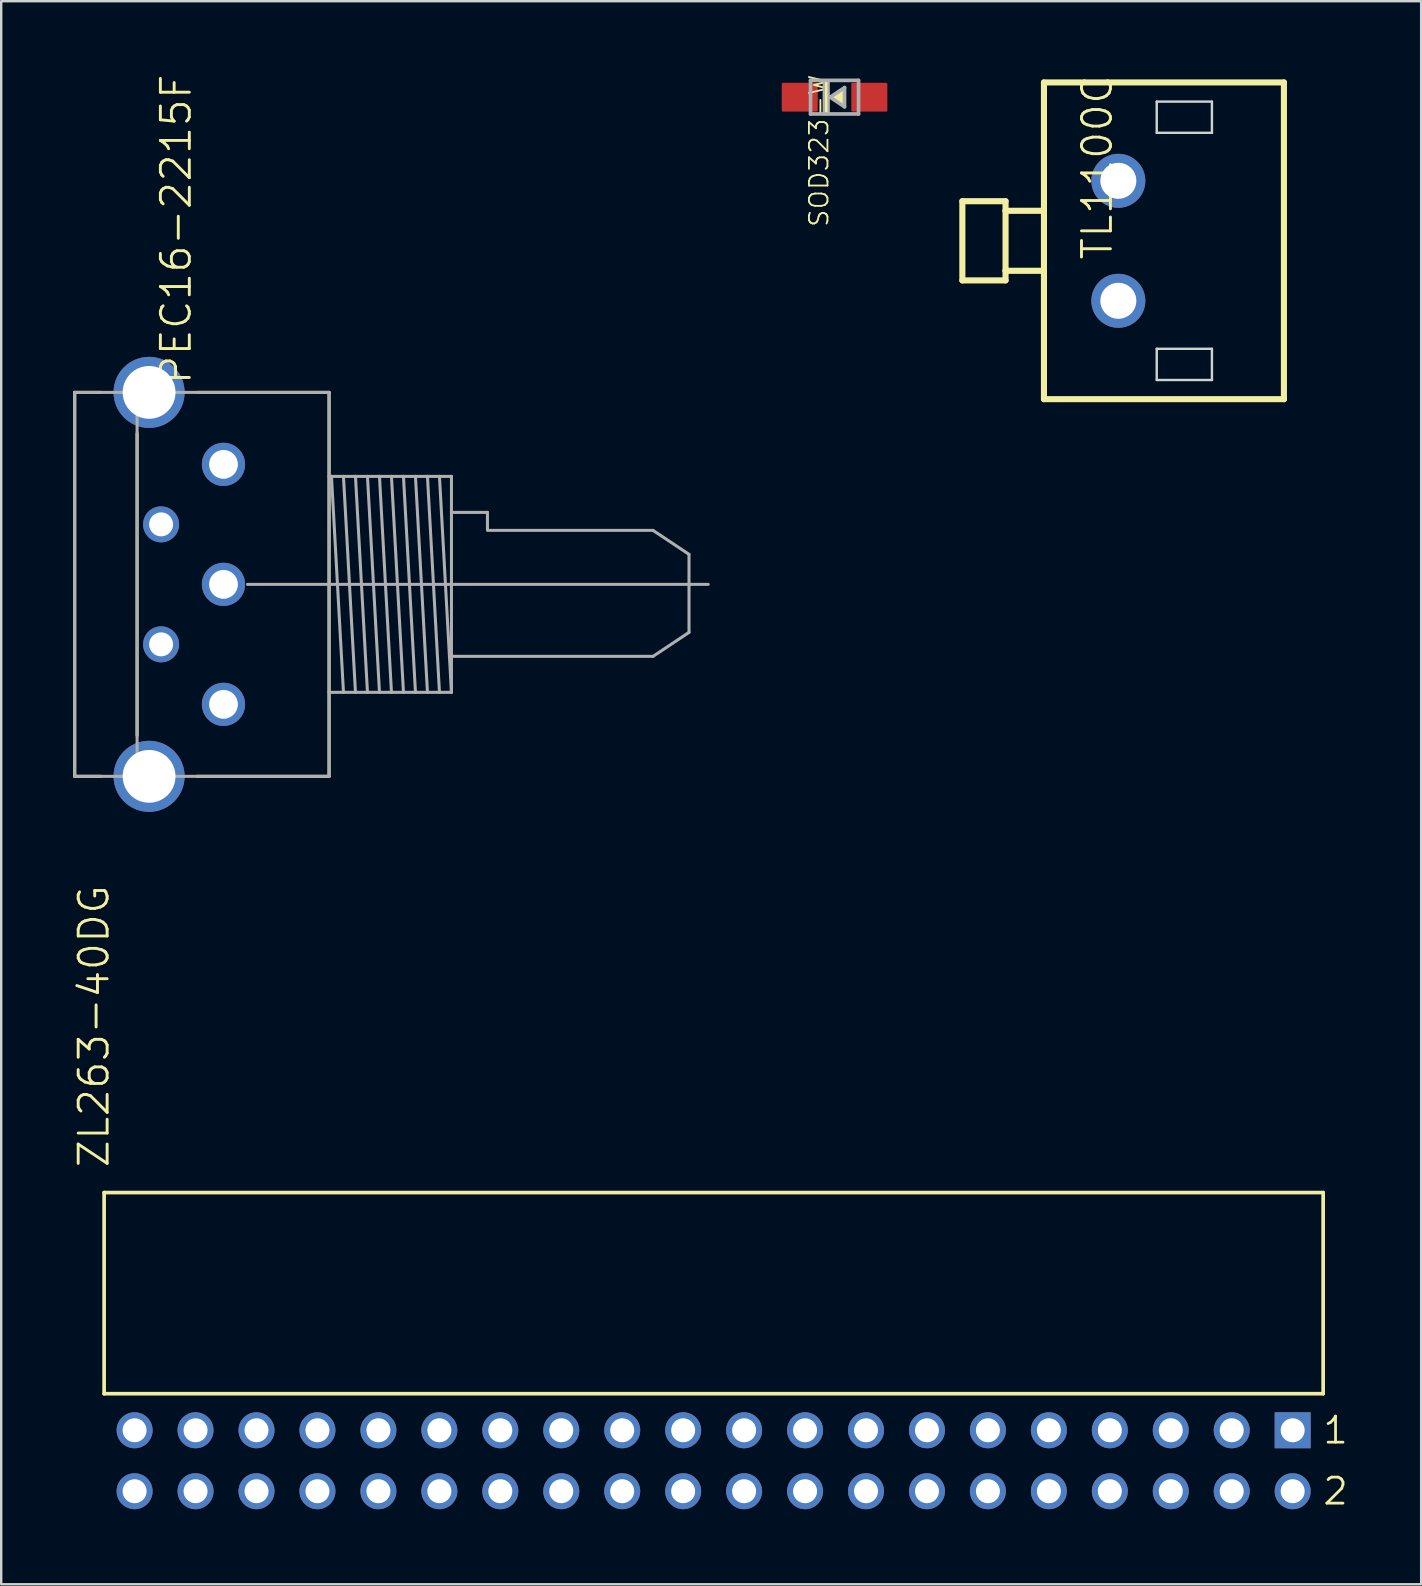
<source format=kicad_pcb>
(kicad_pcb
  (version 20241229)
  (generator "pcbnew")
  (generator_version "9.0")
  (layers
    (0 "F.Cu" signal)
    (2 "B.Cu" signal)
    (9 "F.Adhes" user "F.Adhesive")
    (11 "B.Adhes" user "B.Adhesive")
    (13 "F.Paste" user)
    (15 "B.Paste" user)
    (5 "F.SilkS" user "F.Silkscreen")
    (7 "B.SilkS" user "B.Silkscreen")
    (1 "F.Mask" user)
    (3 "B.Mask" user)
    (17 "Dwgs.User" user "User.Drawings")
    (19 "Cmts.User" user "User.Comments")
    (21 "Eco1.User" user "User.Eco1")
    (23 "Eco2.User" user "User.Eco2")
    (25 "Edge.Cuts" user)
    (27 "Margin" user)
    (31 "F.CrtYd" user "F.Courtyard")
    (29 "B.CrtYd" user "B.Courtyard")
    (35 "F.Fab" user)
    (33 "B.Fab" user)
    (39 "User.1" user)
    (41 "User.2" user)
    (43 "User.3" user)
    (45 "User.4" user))
  (footprint "PEC16-2215F"
    (layer "F.Cu")
    (at 6.263 21.302)
    (property "Reference" "PEC16-2215F" (at -1.27 -8.255 90) (layer "F.SilkS") (effects (font (size 1.206 1.206) (thickness 0.121)) (justify left bottom)))
    (attr through_hole)
    (fp_line (start -6.2 -8) (end -6.2 8) (stroke (width 0.127) (type solid)) (layer "F.SilkS"))
    (fp_line (start -6.2 -8) (end -5.1 -8) (stroke (width 0.127) (type solid)) (layer "F.SilkS"))
    (fp_line (start -6.2 8) (end -5.1 8) (stroke (width 0.127) (type solid)) (layer "F.SilkS"))
    (fp_line (start -3.6 -6.3) (end -3.6 6.3) (stroke (width 0.127) (type solid)) (layer "F.SilkS"))
    (fp_line (start -1.1 -8) (end 4.4 -8) (stroke (width 0.127) (type solid)) (layer "F.SilkS"))
    (fp_line (start -1.1 8) (end 4.4 8) (stroke (width 0.127) (type solid)) (layer "F.SilkS"))
    (fp_line (start 4.4 -8) (end 4.4 8) (stroke (width 0.127) (type solid)) (layer "F.SilkS"))
    (fp_line (start -6.2 -8) (end -6.2 8) (stroke (width 0.127) (type solid)) (layer "F.Fab"))
    (fp_line (start -6.2 -8) (end -3.6 -8) (stroke (width 0.127) (type solid)) (layer "F.Fab"))
    (fp_line (start -6.2 8) (end -3.6 8) (stroke (width 0.127) (type solid)) (layer "F.Fab"))
    (fp_line (start -3.6 -8) (end -3.6 8) (stroke (width 0.127) (type solid)) (layer "F.Fab"))
    (fp_line (start -3.6 -8) (end 4.4 -8) (stroke (width 0.127) (type solid)) (layer "F.Fab"))
    (fp_line (start -3.6 8) (end 4.4 8) (stroke (width 0.127) (type solid)) (layer "F.Fab"))
    (fp_line (start 1 0) (end 20.2 0) (stroke (width 0.127) (type solid)) (layer "F.Fab"))
    (fp_line (start 4.4 -8) (end 4.4 -4.5) (stroke (width 0.127) (type solid)) (layer "F.Fab"))
    (fp_line (start 4.4 -4.5) (end 4.4 4.5) (stroke (width 0.127) (type solid)) (layer "F.Fab"))
    (fp_line (start 4.4 -4.5) (end 4.5 -4.5) (stroke (width 0.127) (type solid)) (layer "F.Fab"))
    (fp_line (start 4.4 4.5) (end 4.4 8) (stroke (width 0.127) (type solid)) (layer "F.Fab"))
    (fp_line (start 4.4 4.5) (end 5 4.5) (stroke (width 0.127) (type solid)) (layer "F.Fab"))
    (fp_line (start 4.5 -4.5) (end 5 -4.5) (stroke (width 0.127) (type solid)) (layer "F.Fab"))
    (fp_line (start 4.5 -4.5) (end 5 4.5) (stroke (width 0.127) (type solid)) (layer "F.Fab"))
    (fp_line (start 5 -4.5) (end 5.5 -4.5) (stroke (width 0.127) (type solid)) (layer "F.Fab"))
    (fp_line (start 5 -4.5) (end 5.5 4.5) (stroke (width 0.127) (type solid)) (layer "F.Fab"))
    (fp_line (start 5 4.5) (end 5.5 4.5) (stroke (width 0.127) (type solid)) (layer "F.Fab"))
    (fp_line (start 5.5 -4.5) (end 6 -4.5) (stroke (width 0.127) (type solid)) (layer "F.Fab"))
    (fp_line (start 5.5 -4.5) (end 6 4.5) (stroke (width 0.127) (type solid)) (layer "F.Fab"))
    (fp_line (start 5.5 4.5) (end 6 4.5) (stroke (width 0.127) (type solid)) (layer "F.Fab"))
    (fp_line (start 6 -4.5) (end 6.5 -4.5) (stroke (width 0.127) (type solid)) (layer "F.Fab"))
    (fp_line (start 6 -4.5) (end 6.5 4.5) (stroke (width 0.127) (type solid)) (layer "F.Fab"))
    (fp_line (start 6 4.5) (end 6.5 4.5) (stroke (width 0.127) (type solid)) (layer "F.Fab"))
    (fp_line (start 6.5 -4.5) (end 7 -4.5) (stroke (width 0.127) (type solid)) (layer "F.Fab"))
    (fp_line (start 6.5 -4.5) (end 7 4.5) (stroke (width 0.127) (type solid)) (layer "F.Fab"))
    (fp_line (start 6.5 4.5) (end 7 4.5) (stroke (width 0.127) (type solid)) (layer "F.Fab"))
    (fp_line (start 7 -4.5) (end 7.5 -4.5) (stroke (width 0.127) (type solid)) (layer "F.Fab"))
    (fp_line (start 7 -4.5) (end 7.5 4.5) (stroke (width 0.127) (type solid)) (layer "F.Fab"))
    (fp_line (start 7 4.5) (end 7.5 4.5) (stroke (width 0.127) (type solid)) (layer "F.Fab"))
    (fp_line (start 7.5 -4.5) (end 8 -4.5) (stroke (width 0.127) (type solid)) (layer "F.Fab"))
    (fp_line (start 7.5 -4.5) (end 8 4.5) (stroke (width 0.127) (type solid)) (layer "F.Fab"))
    (fp_line (start 7.5 4.5) (end 8 4.5) (stroke (width 0.127) (type solid)) (layer "F.Fab"))
    (fp_line (start 8 -4.5) (end 8.5 -4.5) (stroke (width 0.127) (type solid)) (layer "F.Fab"))
    (fp_line (start 8 -4.5) (end 8.5 4.5) (stroke (width 0.127) (type solid)) (layer "F.Fab"))
    (fp_line (start 8 4.5) (end 8.5 4.5) (stroke (width 0.127) (type solid)) (layer "F.Fab"))
    (fp_line (start 8.5 -4.5) (end 9 -4.5) (stroke (width 0.127) (type solid)) (layer "F.Fab"))
    (fp_line (start 8.5 -4.5) (end 9 4.5) (stroke (width 0.127) (type solid)) (layer "F.Fab"))
    (fp_line (start 8.5 4.5) (end 9 4.5) (stroke (width 0.127) (type solid)) (layer "F.Fab"))
    (fp_line (start 9 -4.5) (end 9.5 -4.5) (stroke (width 0.127) (type solid)) (layer "F.Fab"))
    (fp_line (start 9 -4.5) (end 9.5 4.5) (stroke (width 0.127) (type solid)) (layer "F.Fab"))
    (fp_line (start 9 4.5) (end 9.5 4.5) (stroke (width 0.127) (type solid)) (layer "F.Fab"))
    (fp_line (start 9.5 -4.5) (end 9.5 -3) (stroke (width 0.127) (type solid)) (layer "F.Fab"))
    (fp_line (start 9.5 -3) (end 9.5 3) (stroke (width 0.127) (type solid)) (layer "F.Fab"))
    (fp_line (start 9.5 3) (end 9.5 4.5) (stroke (width 0.127) (type solid)) (layer "F.Fab"))
    (fp_line (start 11 -3) (end 9.5 -3) (stroke (width 0.127) (type solid)) (layer "F.Fab"))
    (fp_line (start 11 -2.3) (end 11 -3) (stroke (width 0.127) (type solid)) (layer "F.Fab"))
    (fp_line (start 17.9 -2.25) (end 11 -2.25) (stroke (width 0.127) (type solid)) (layer "F.Fab"))
    (fp_line (start 17.9 3) (end 9.5 3) (stroke (width 0.127) (type solid)) (layer "F.Fab"))
    (fp_line (start 19.4 -1.25) (end 17.9 -2.25) (stroke (width 0.127) (type solid)) (layer "F.Fab"))
    (fp_line (start 19.4 -1.25) (end 19.4 2) (stroke (width 0.127) (type solid)) (layer "F.Fab"))
    (fp_line (start 19.4 2) (end 17.9 3) (stroke (width 0.127) (type solid)) (layer "F.Fab"))
    (pad "A" thru_hole circle (at 0 5) (size 1.8 1.8) (drill 1.2) (layers "*.Cu" "*.Mask"))
    (pad "B" thru_hole circle (at 0 0) (size 1.8 1.8) (drill 1.2) (layers "*.Cu" "*.Mask"))
    (pad "C" thru_hole circle (at 0 -5) (size 1.8 1.8) (drill 1.2) (layers "*.Cu" "*.Mask"))
    (pad "D" thru_hole circle (at -2.6 2.5) (size 1.5 1.5) (drill 1) (layers "*.Cu" "*.Mask"))
    (pad "E" thru_hole circle (at -2.6 -2.5) (size 1.5 1.5) (drill 1) (layers "*.Cu" "*.Mask"))
    (pad "GND1" thru_hole circle (at -3.1 -8) (size 2.962 2.962) (drill 2.2) (layers "*.Cu" "*.Mask"))
    (pad "GND2" thru_hole circle (at -3.1 8) (size 2.962 2.962) (drill 2.2) (layers "*.Cu" "*.Mask")))
  (footprint "ZL263-40DG"
    (layer "F.Cu")
    (at 2.559 59.093)
    (property "Reference" "ZL263-40DG" (at -0.991 -13.411 90) (layer "F.SilkS") (effects (font (size 1.206 1.206) (thickness 0.121)) (justify left bottom)))
    (attr through_hole)
    (fp_line (start -1.27 -12.446) (end -1.27 -4.064) (stroke (width 0.152) (type solid)) (layer "F.SilkS"))
    (fp_line (start -1.27 -4.064) (end 49.53 -4.064) (stroke (width 0.152) (type solid)) (layer "F.SilkS"))
    (fp_line (start 49.53 -12.446) (end -1.27 -12.446) (stroke (width 0.152) (type solid)) (layer "F.SilkS"))
    (fp_line (start 49.53 -4.064) (end 49.53 -12.446) (stroke (width 0.152) (type solid)) (layer "F.SilkS"))
    (fp_text user "2" (at 49.454 0.635 0) (layer "F.SilkS") (effects (font (size 1.086 1.086) (thickness 0.114)) (justify left bottom)))
    (fp_text user "1" (at 49.454 -1.905 0) (layer "F.SilkS") (effects (font (size 1.086 1.086) (thickness 0.114)) (justify left bottom)))
    (pad "1" thru_hole rect (at 48.26 -2.54) (size 1.5 1.5) (drill 1) (layers "*.Cu" "*.Mask"))
    (pad "2" thru_hole circle (at 48.26 0) (size 1.5 1.5) (drill 1) (layers "*.Cu" "*.Mask"))
    (pad "3" thru_hole circle (at 45.72 -2.54) (size 1.5 1.5) (drill 1) (layers "*.Cu" "*.Mask"))
    (pad "4" thru_hole circle (at 45.72 0) (size 1.5 1.5) (drill 1) (layers "*.Cu" "*.Mask"))
    (pad "5" thru_hole circle (at 43.18 -2.54) (size 1.5 1.5) (drill 1) (layers "*.Cu" "*.Mask"))
    (pad "6" thru_hole circle (at 43.18 0) (size 1.5 1.5) (drill 1) (layers "*.Cu" "*.Mask"))
    (pad "7" thru_hole circle (at 40.64 -2.54) (size 1.5 1.5) (drill 1) (layers "*.Cu" "*.Mask"))
    (pad "8" thru_hole circle (at 40.64 0) (size 1.5 1.5) (drill 1) (layers "*.Cu" "*.Mask"))
    (pad "9" thru_hole circle (at 38.1 -2.54) (size 1.5 1.5) (drill 1) (layers "*.Cu" "*.Mask"))
    (pad "10" thru_hole circle (at 38.1 0) (size 1.5 1.5) (drill 1) (layers "*.Cu" "*.Mask"))
    (pad "11" thru_hole circle (at 35.56 -2.54) (size 1.5 1.5) (drill 1) (layers "*.Cu" "*.Mask"))
    (pad "12" thru_hole circle (at 35.56 0) (size 1.5 1.5) (drill 1) (layers "*.Cu" "*.Mask"))
    (pad "13" thru_hole circle (at 33.02 -2.54) (size 1.5 1.5) (drill 1) (layers "*.Cu" "*.Mask"))
    (pad "14" thru_hole circle (at 33.02 0) (size 1.5 1.5) (drill 1) (layers "*.Cu" "*.Mask"))
    (pad "15" thru_hole circle (at 30.48 -2.54) (size 1.5 1.5) (drill 1) (layers "*.Cu" "*.Mask"))
    (pad "16" thru_hole circle (at 30.48 0) (size 1.5 1.5) (drill 1) (layers "*.Cu" "*.Mask"))
    (pad "17" thru_hole circle (at 27.94 -2.54) (size 1.5 1.5) (drill 1) (layers "*.Cu" "*.Mask"))
    (pad "18" thru_hole circle (at 27.94 0) (size 1.5 1.5) (drill 1) (layers "*.Cu" "*.Mask"))
    (pad "19" thru_hole circle (at 25.4 -2.54) (size 1.5 1.5) (drill 1) (layers "*.Cu" "*.Mask"))
    (pad "20" thru_hole circle (at 25.4 0) (size 1.5 1.5) (drill 1) (layers "*.Cu" "*.Mask"))
    (pad "21" thru_hole circle (at 22.86 -2.54) (size 1.5 1.5) (drill 1) (layers "*.Cu" "*.Mask"))
    (pad "22" thru_hole circle (at 22.86 0) (size 1.5 1.5) (drill 1) (layers "*.Cu" "*.Mask"))
    (pad "23" thru_hole circle (at 20.32 -2.54) (size 1.5 1.5) (drill 1) (layers "*.Cu" "*.Mask"))
    (pad "24" thru_hole circle (at 20.32 0) (size 1.5 1.5) (drill 1) (layers "*.Cu" "*.Mask"))
    (pad "25" thru_hole circle (at 17.78 -2.54) (size 1.5 1.5) (drill 1) (layers "*.Cu" "*.Mask"))
    (pad "26" thru_hole circle (at 17.78 0) (size 1.5 1.5) (drill 1) (layers "*.Cu" "*.Mask"))
    (pad "27" thru_hole circle (at 15.24 -2.54) (size 1.5 1.5) (drill 1) (layers "*.Cu" "*.Mask"))
    (pad "28" thru_hole circle (at 15.24 0) (size 1.5 1.5) (drill 1) (layers "*.Cu" "*.Mask"))
    (pad "29" thru_hole circle (at 12.7 -2.54) (size 1.5 1.5) (drill 1) (layers "*.Cu" "*.Mask"))
    (pad "30" thru_hole circle (at 12.7 0) (size 1.5 1.5) (drill 1) (layers "*.Cu" "*.Mask"))
    (pad "31" thru_hole circle (at 10.16 -2.54) (size 1.5 1.5) (drill 1) (layers "*.Cu" "*.Mask"))
    (pad "32" thru_hole circle (at 10.16 0) (size 1.5 1.5) (drill 1) (layers "*.Cu" "*.Mask"))
    (pad "33" thru_hole circle (at 7.62 -2.54) (size 1.5 1.5) (drill 1) (layers "*.Cu" "*.Mask"))
    (pad "34" thru_hole circle (at 7.62 0) (size 1.5 1.5) (drill 1) (layers "*.Cu" "*.Mask"))
    (pad "35" thru_hole circle (at 5.08 -2.54) (size 1.5 1.5) (drill 1) (layers "*.Cu" "*.Mask"))
    (pad "36" thru_hole circle (at 5.08 0) (size 1.5 1.5) (drill 1) (layers "*.Cu" "*.Mask"))
    (pad "37" thru_hole circle (at 2.54 -2.54) (size 1.5 1.5) (drill 1) (layers "*.Cu" "*.Mask"))
    (pad "38" thru_hole circle (at 2.54 0) (size 1.5 1.5) (drill 1) (layers "*.Cu" "*.Mask"))
    (pad "39" thru_hole circle (at 0 -2.54) (size 1.5 1.5) (drill 1) (layers "*.Cu" "*.Mask"))
    (pad "40" thru_hole circle (at 0 0) (size 1.5 1.5) (drill 1) (layers "*.Cu" "*.Mask")))
  (footprint "TL1100C"
    (layer "F.Cu")
    (at 43.554 6.985)
    (property "Reference" "TL1100C" (at -1.587 -6.985 270) (layer "F.SilkS") (effects (font (size 1.206 1.206) (thickness 0.121)) (justify right top)))
    (attr through_hole)
    (fp_line (start -6.5 1.65) (end -6.5 -1.65) (stroke (width 0.254) (type solid)) (layer "F.SilkS"))
    (fp_line (start -4.7 -1.65) (end -6.5 -1.65) (stroke (width 0.254) (type solid)) (layer "F.SilkS"))
    (fp_line (start -4.7 -1.25) (end -4.7 -1.65) (stroke (width 0.254) (type solid)) (layer "F.SilkS"))
    (fp_line (start -4.7 1.25) (end -4.7 -1.25) (stroke (width 0.254) (type solid)) (layer "F.SilkS"))
    (fp_line (start -4.7 1.65) (end -6.5 1.65) (stroke (width 0.254) (type solid)) (layer "F.SilkS"))
    (fp_line (start -4.7 1.65) (end -4.7 1.25) (stroke (width 0.254) (type solid)) (layer "F.SilkS"))
    (fp_line (start -3.1 -6.6) (end 6.9 -6.6) (stroke (width 0.254) (type solid)) (layer "F.SilkS"))
    (fp_line (start -3.1 -1.25) (end -4.7 -1.25) (stroke (width 0.254) (type solid)) (layer "F.SilkS"))
    (fp_line (start -3.1 -1.25) (end -3.1 -6.6) (stroke (width 0.254) (type solid)) (layer "F.SilkS"))
    (fp_line (start -3.1 1.25) (end -4.7 1.25) (stroke (width 0.254) (type solid)) (layer "F.SilkS"))
    (fp_line (start -3.1 1.25) (end -3.1 -1.25) (stroke (width 0.254) (type solid)) (layer "F.SilkS"))
    (fp_line (start -3.1 6.6) (end -3.1 1.25) (stroke (width 0.254) (type solid)) (layer "F.SilkS"))
    (fp_line (start -3.1 6.6) (end 6.9 6.6) (stroke (width 0.254) (type solid)) (layer "F.SilkS"))
    (fp_line (start 6.9 6.6) (end 6.9 -6.6) (stroke (width 0.254) (type solid)) (layer "F.SilkS"))
    (fp_line (start 1.6 -5.8) (end 1.6 -4.5) (stroke (width 0.1) (type solid)) (layer "Edge.Cuts"))
    (fp_line (start 1.6 -4.5) (end 3.9 -4.5) (stroke (width 0.1) (type solid)) (layer "Edge.Cuts"))
    (fp_line (start 1.6 4.5) (end 1.6 5.8) (stroke (width 0.1) (type solid)) (layer "Edge.Cuts"))
    (fp_line (start 1.6 5.8) (end 3.9 5.8) (stroke (width 0.1) (type solid)) (layer "Edge.Cuts"))
    (fp_line (start 3.9 -5.8) (end 1.6 -5.8) (stroke (width 0.1) (type solid)) (layer "Edge.Cuts"))
    (fp_line (start 3.9 -4.5) (end 3.9 -5.8) (stroke (width 0.1) (type solid)) (layer "Edge.Cuts"))
    (fp_line (start 3.9 4.5) (end 1.6 4.5) (stroke (width 0.1) (type solid)) (layer "Edge.Cuts"))
    (fp_line (start 3.9 5.8) (end 3.9 4.5) (stroke (width 0.1) (type solid)) (layer "Edge.Cuts"))
    (pad "1" thru_hole circle (at 0 -2.5) (size 2.25 2.25) (drill 1.5) (layers "*.Cu" "*.Mask"))
    (pad "2" thru_hole circle (at 0 2.5) (size 2.25 2.25) (drill 1.5) (layers "*.Cu" "*.Mask")))
  (footprint "SOD323-W"
    (layer "F.Cu")
    (at 31.727 1)
    (property "Reference" "SOD323-W" (at -1.1 -1 270) (layer "F.SilkS") (effects (font (size 0.772 0.772) (thickness 0.077)) (justify right top)))
    (attr through_hole)
    (fp_poly (pts (xy -0.191 0) (xy 0.381 -0.381) (xy 0.381 0.381)) (stroke (width 0) (type solid)) (fill yes) (layer "F.SilkS"))
    (fp_poly (pts (xy -0.446 0.7) (xy -0.246 0.7) (xy -0.246 -0.7) (xy -0.446 -0.7)) (stroke (width 0) (type solid)) (fill yes) (layer "F.SilkS"))
    (fp_line (start -1 -0.7) (end 1 -0.7) (stroke (width 0.152) (type solid)) (layer "F.Fab"))
    (fp_line (start -1 0.7) (end -1 -0.7) (stroke (width 0.152) (type solid)) (layer "F.Fab"))
    (fp_line (start -0.182 0) (end 0.417 -0.4) (stroke (width 0.152) (type solid)) (layer "F.Fab"))
    (fp_line (start 0.417 -0.4) (end 0.417 0.4) (stroke (width 0.152) (type solid)) (layer "F.Fab"))
    (fp_line (start 0.417 0.4) (end -0.182 0) (stroke (width 0.152) (type solid)) (layer "F.Fab"))
    (fp_line (start 1 -0.7) (end 1 0.7) (stroke (width 0.152) (type solid)) (layer "F.Fab"))
    (fp_line (start 1 0.7) (end -1 0.7) (stroke (width 0.152) (type solid)) (layer "F.Fab"))
    (fp_poly (pts (xy -0.446 0.7) (xy -0.246 0.7) (xy -0.246 -0.7) (xy -0.446 -0.7)) (stroke (width 0.1) (type solid)) (fill no) (layer "F.Fab"))
    (pad "A" smd roundrect (at 1.45 0) (size 1.5 1.2) (layers "F.Cu" "F.Mask" "F.Paste") (roundrect_rratio 0.042))
    (pad "C" smd roundrect (at -1.45 0) (size 1.5 1.2) (layers "F.Cu" "F.Mask" "F.Paste") (roundrect_rratio 0.042)))
  (gr_rect
    (start -3 -3)
    (end 56.173 62.971)
    (stroke (width 0.1) (type default))
    (fill no)
    (layer "Edge.Cuts")))
</source>
